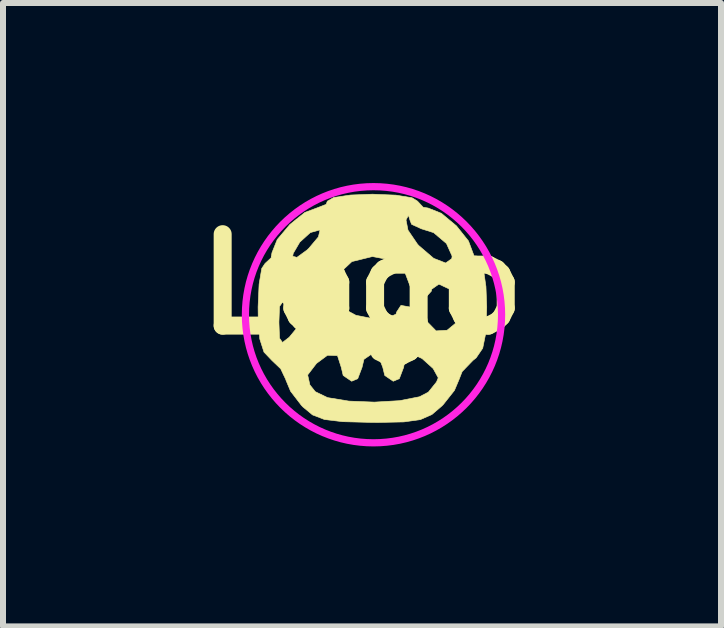
<source format=kicad_pcb>
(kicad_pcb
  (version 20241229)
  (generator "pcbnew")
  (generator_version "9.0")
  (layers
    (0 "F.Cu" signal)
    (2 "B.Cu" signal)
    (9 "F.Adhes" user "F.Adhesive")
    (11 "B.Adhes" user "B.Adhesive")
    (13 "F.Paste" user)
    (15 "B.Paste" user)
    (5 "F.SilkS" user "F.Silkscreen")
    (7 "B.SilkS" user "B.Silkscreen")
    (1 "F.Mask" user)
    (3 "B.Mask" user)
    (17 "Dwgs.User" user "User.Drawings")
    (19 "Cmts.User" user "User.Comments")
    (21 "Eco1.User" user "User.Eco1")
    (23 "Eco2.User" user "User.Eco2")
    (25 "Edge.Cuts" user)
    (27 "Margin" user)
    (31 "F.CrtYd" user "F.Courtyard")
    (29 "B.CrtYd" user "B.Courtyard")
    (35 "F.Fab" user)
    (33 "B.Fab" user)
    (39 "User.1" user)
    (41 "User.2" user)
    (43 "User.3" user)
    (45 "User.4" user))
  (footprint "Logo"
    (layer "F.Cu")
    (at 2.983 1.687)
    (property "Reference" "Logo" (at 0 0 0) (layer "F.SilkS") (effects (font (size 1.524 1.524) (thickness 0.3))))
    (attr through_hole)
    (fp_poly (pts (xy 0.565 -1.485) (xy 0.834 -1.441) (xy 0.924 -1.385) (xy 1.018 -1.284) (xy 1.102 -1.27) (xy 1.322 -1.182) (xy 1.573 -0.973) (xy 1.774 -0.721) (xy 1.847 -0.525) (xy 1.908 -0.368) (xy 1.963 -0.346) (xy 2.024 -0.241) (xy 2.065 0.038) (xy 2.078 0.379) (xy 2.064 0.805) (xy 2.011 1.066) (xy 1.902 1.226) (xy 1.847 1.27) (xy 1.668 1.456) (xy 1.616 1.589) (xy 1.54 1.769) (xy 1.355 2.003) (xy 1.333 2.026) (xy 1.164 2.171) (xy 0.973 2.255) (xy 0.697 2.294) (xy 0.269 2.303) (xy 0.15 2.302) (xy -0.321 2.29) (xy -0.625 2.254) (xy -0.825 2.177) (xy -0.985 2.044) (xy -1.01 2.018) (xy -1.191 1.782) (xy -1.27 1.593) (xy -1.27 1.588) (xy -1.307 1.511) (xy -0.906 1.511) (xy -0.869 1.677) (xy -0.779 1.79) (xy -0.574 1.889) (xy -0.22 1.947) (xy 0.206 1.964) (xy 0.624 1.94) (xy 0.957 1.875) (xy 1.105 1.798) (xy 1.241 1.629) (xy 1.27 1.559) (xy 1.185 1.404) (xy 1.001 1.238) (xy 0.824 1.155) (xy 0.816 1.155) (xy 0.716 1.251) (xy 0.693 1.385) (xy 0.621 1.574) (xy 0.52 1.616) (xy 0.379 1.52) (xy 0.346 1.385) (xy 0.274 1.197) (xy 0.173 1.155) (xy 0.032 1.251) (xy 0 1.385) (xy -0.072 1.574) (xy -0.173 1.616) (xy -0.314 1.52) (xy -0.346 1.385) (xy -0.409 1.189) (xy -0.575 1.183) (xy -0.759 1.319) (xy -0.906 1.511) (xy -1.307 1.511) (xy -1.355 1.409) (xy -1.501 1.27) (xy -1.634 1.13) (xy -1.704 0.912) (xy -1.724 0.634) (xy -1.385 0.634) (xy -1.385 0.635) (xy -1.375 0.899) (xy -1.326 0.97) (xy -1.213 0.883) (xy -1.212 0.882) (xy -1.072 0.711) (xy -1.039 0.635) (xy -1.111 0.503) (xy -1.212 0.388) (xy -1.326 0.3) (xy -1.375 0.37) (xy -1.385 0.634) (xy -1.724 0.634) (xy -1.73 0.55) (xy -1.732 0.379) (xy -1.718 0.058) (xy -0.462 0.058) (xy -0.385 0.295) (xy -0.297 0.412) (xy -0.102 0.517) (xy 0.166 0.57) (xy 0.418 0.565) (xy 0.566 0.498) (xy 0.577 0.462) (xy 0.649 0.352) (xy 0.816 0.382) (xy 1.005 0.534) (xy 1.039 0.577) (xy 1.234 0.777) (xy 1.418 0.766) (xy 1.567 0.643) (xy 1.703 0.475) (xy 1.732 0.404) (xy 1.647 0.249) (xy 1.463 0.083) (xy 1.286 0.000261) (xy 1.278 0) (xy 1.16 0.083) (xy 1.155 0.115) (xy 1.061 0.218) (xy 0.981 0.231) (xy 0.83 0.138) (xy 0.808 0.049) (xy 0.705 -0.224) (xy 0.442 -0.411) (xy 0.173 -0.462) (xy -0.169 -0.378) (xy -0.401 -0.161) (xy -0.462 0.058) (xy -1.718 0.058) (xy -1.715 -0.003) (xy -1.671 -0.264) (xy -1.616 -0.346) (xy -1.515 -0.44) (xy -1.511 -0.466) (xy -1.155 -0.466) (xy -1.085 -0.448) (xy -0.916 -0.571) (xy -0.884 -0.602) (xy -0.727 -0.789) (xy -0.701 -0.899) (xy -0.709 -0.904) (xy -0.862 -0.861) (xy -1.037 -0.702) (xy -1.147 -0.514) (xy -1.155 -0.466) (xy -1.511 -0.466) (xy -1.501 -0.525) (xy -1.413 -0.745) (xy -1.203 -0.995) (xy -1.108 -1.072) (xy 0.733 -1.072) (xy 0.766 -0.901) (xy 0.923 -0.67) (xy 0.944 -0.646) (xy 1.194 -0.432) (xy 1.394 -0.354) (xy 1.496 -0.427) (xy 1.501 -0.47) (xy 1.407 -0.679) (xy 1.193 -0.86) (xy 0.99 -0.924) (xy 0.826 -0.999) (xy 0.799 -1.068) (xy 0.774 -1.149) (xy 0.733 -1.072) (xy -1.108 -1.072) (xy -0.952 -1.197) (xy -0.756 -1.27) (xy -0.599 -1.331) (xy -0.577 -1.385) (xy -0.471 -1.446) (xy -0.19 -1.487) (xy 0.173 -1.501) (xy 0.565 -1.485)) (stroke (width 0.01) (type solid)) (fill yes) (layer "F.SilkS"))
    (fp_circle (center 0.191 0.508) (end 2.032 -0.572) (stroke (width 0.12) (type solid)) (fill no) (layer "F.CrtYd")))
  (gr_rect
    (start -3 -3)
    (end 8.965 7.389)
    (stroke (width 0.1) (type default))
    (fill no)
    (layer "Edge.Cuts")))
</source>
